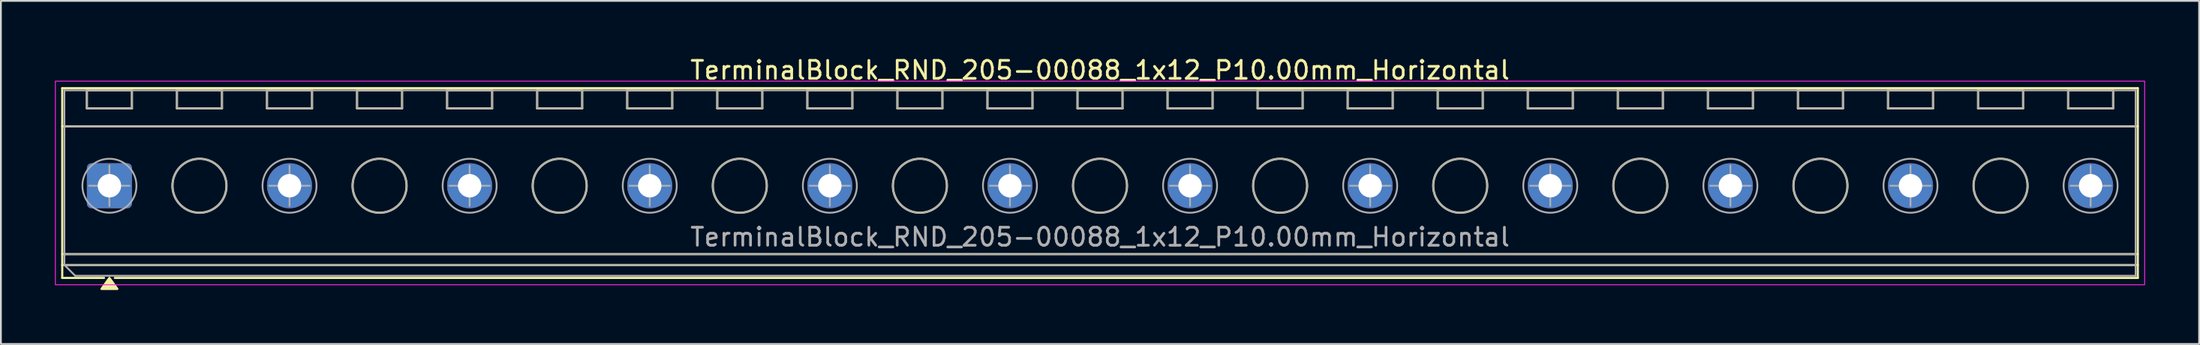
<source format=kicad_pcb>
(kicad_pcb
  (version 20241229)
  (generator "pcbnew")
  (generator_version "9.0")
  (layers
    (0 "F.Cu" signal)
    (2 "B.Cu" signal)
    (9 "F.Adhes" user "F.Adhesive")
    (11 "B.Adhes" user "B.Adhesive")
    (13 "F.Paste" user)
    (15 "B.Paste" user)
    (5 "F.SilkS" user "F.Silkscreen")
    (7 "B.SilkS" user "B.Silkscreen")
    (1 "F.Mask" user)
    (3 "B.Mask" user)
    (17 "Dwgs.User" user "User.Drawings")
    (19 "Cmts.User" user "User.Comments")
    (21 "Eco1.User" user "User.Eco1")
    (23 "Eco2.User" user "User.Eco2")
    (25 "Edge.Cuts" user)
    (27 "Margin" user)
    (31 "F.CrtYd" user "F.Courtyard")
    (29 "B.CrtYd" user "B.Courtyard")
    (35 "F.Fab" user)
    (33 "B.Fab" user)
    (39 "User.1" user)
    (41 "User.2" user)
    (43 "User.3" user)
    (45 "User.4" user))
  (footprint "TerminalBlock_RND_205-00088_1x12_P10.00mm_Horizontal"
    (layer "F.Cu")
    (at 3.025 7.268)
    (property "Reference" "TerminalBlock_RND_205-00088_1x12_P10.00mm_Horizontal" (at 55 -6.42 0) (layer "F.SilkS") (effects (font (size 1 1) (thickness 0.15))))
    (attr through_hole)
    (fp_line (start -2.62 -5.42) (end 112.62 -5.42) (stroke (width 0.12) (type solid)) (layer "F.SilkS"))
    (fp_line (start -2.62 -3.3) (end 112.62 -3.3) (stroke (width 0.12) (type solid)) (layer "F.SilkS"))
    (fp_line (start -2.62 3.8) (end 112.62 3.8) (stroke (width 0.12) (type solid)) (layer "F.SilkS"))
    (fp_line (start -2.62 4.4) (end 112.62 4.4) (stroke (width 0.12) (type solid)) (layer "F.SilkS"))
    (fp_line (start -2.62 5.12) (end -2.62 -5.42) (stroke (width 0.12) (type solid)) (layer "F.SilkS"))
    (fp_line (start -1.25 -5.3) (end 1.25 -5.3) (stroke (width 0.12) (type solid)) (layer "F.SilkS"))
    (fp_line (start -1.25 -4.3) (end -1.25 -5.3) (stroke (width 0.12) (type solid)) (layer "F.SilkS"))
    (fp_line (start -0.3 5.12) (end -2.62 5.12) (stroke (width 0.12) (type solid)) (layer "F.SilkS"))
    (fp_line (start 1.25 -5.3) (end 1.25 -4.3) (stroke (width 0.12) (type solid)) (layer "F.SilkS"))
    (fp_line (start 1.25 -4.3) (end -1.25 -4.3) (stroke (width 0.12) (type solid)) (layer "F.SilkS"))
    (fp_line (start 3.75 -5.3) (end 6.25 -5.3) (stroke (width 0.12) (type solid)) (layer "F.SilkS"))
    (fp_line (start 3.75 -4.3) (end 3.75 -5.3) (stroke (width 0.12) (type solid)) (layer "F.SilkS"))
    (fp_line (start 6.25 -5.3) (end 6.25 -4.3) (stroke (width 0.12) (type solid)) (layer "F.SilkS"))
    (fp_line (start 6.25 -4.3) (end 3.75 -4.3) (stroke (width 0.12) (type solid)) (layer "F.SilkS"))
    (fp_line (start 8.75 -5.3) (end 11.25 -5.3) (stroke (width 0.12) (type solid)) (layer "F.SilkS"))
    (fp_line (start 8.75 -4.3) (end 8.75 -5.3) (stroke (width 0.12) (type solid)) (layer "F.SilkS"))
    (fp_line (start 11.25 -5.3) (end 11.25 -4.3) (stroke (width 0.12) (type solid)) (layer "F.SilkS"))
    (fp_line (start 11.25 -4.3) (end 8.75 -4.3) (stroke (width 0.12) (type solid)) (layer "F.SilkS"))
    (fp_line (start 13.75 -5.3) (end 16.25 -5.3) (stroke (width 0.12) (type solid)) (layer "F.SilkS"))
    (fp_line (start 13.75 -4.3) (end 13.75 -5.3) (stroke (width 0.12) (type solid)) (layer "F.SilkS"))
    (fp_line (start 16.25 -5.3) (end 16.25 -4.3) (stroke (width 0.12) (type solid)) (layer "F.SilkS"))
    (fp_line (start 16.25 -4.3) (end 13.75 -4.3) (stroke (width 0.12) (type solid)) (layer "F.SilkS"))
    (fp_line (start 18.75 -5.3) (end 21.25 -5.3) (stroke (width 0.12) (type solid)) (layer "F.SilkS"))
    (fp_line (start 18.75 -4.3) (end 18.75 -5.3) (stroke (width 0.12) (type solid)) (layer "F.SilkS"))
    (fp_line (start 21.25 -5.3) (end 21.25 -4.3) (stroke (width 0.12) (type solid)) (layer "F.SilkS"))
    (fp_line (start 21.25 -4.3) (end 18.75 -4.3) (stroke (width 0.12) (type solid)) (layer "F.SilkS"))
    (fp_line (start 23.75 -5.3) (end 26.25 -5.3) (stroke (width 0.12) (type solid)) (layer "F.SilkS"))
    (fp_line (start 23.75 -4.3) (end 23.75 -5.3) (stroke (width 0.12) (type solid)) (layer "F.SilkS"))
    (fp_line (start 26.25 -5.3) (end 26.25 -4.3) (stroke (width 0.12) (type solid)) (layer "F.SilkS"))
    (fp_line (start 26.25 -4.3) (end 23.75 -4.3) (stroke (width 0.12) (type solid)) (layer "F.SilkS"))
    (fp_line (start 28.75 -5.3) (end 31.25 -5.3) (stroke (width 0.12) (type solid)) (layer "F.SilkS"))
    (fp_line (start 28.75 -4.3) (end 28.75 -5.3) (stroke (width 0.12) (type solid)) (layer "F.SilkS"))
    (fp_line (start 31.25 -5.3) (end 31.25 -4.3) (stroke (width 0.12) (type solid)) (layer "F.SilkS"))
    (fp_line (start 31.25 -4.3) (end 28.75 -4.3) (stroke (width 0.12) (type solid)) (layer "F.SilkS"))
    (fp_line (start 33.75 -5.3) (end 36.25 -5.3) (stroke (width 0.12) (type solid)) (layer "F.SilkS"))
    (fp_line (start 33.75 -4.3) (end 33.75 -5.3) (stroke (width 0.12) (type solid)) (layer "F.SilkS"))
    (fp_line (start 36.25 -5.3) (end 36.25 -4.3) (stroke (width 0.12) (type solid)) (layer "F.SilkS"))
    (fp_line (start 36.25 -4.3) (end 33.75 -4.3) (stroke (width 0.12) (type solid)) (layer "F.SilkS"))
    (fp_line (start 38.75 -5.3) (end 41.25 -5.3) (stroke (width 0.12) (type solid)) (layer "F.SilkS"))
    (fp_line (start 38.75 -4.3) (end 38.75 -5.3) (stroke (width 0.12) (type solid)) (layer "F.SilkS"))
    (fp_line (start 41.25 -5.3) (end 41.25 -4.3) (stroke (width 0.12) (type solid)) (layer "F.SilkS"))
    (fp_line (start 41.25 -4.3) (end 38.75 -4.3) (stroke (width 0.12) (type solid)) (layer "F.SilkS"))
    (fp_line (start 43.75 -5.3) (end 46.25 -5.3) (stroke (width 0.12) (type solid)) (layer "F.SilkS"))
    (fp_line (start 43.75 -4.3) (end 43.75 -5.3) (stroke (width 0.12) (type solid)) (layer "F.SilkS"))
    (fp_line (start 46.25 -5.3) (end 46.25 -4.3) (stroke (width 0.12) (type solid)) (layer "F.SilkS"))
    (fp_line (start 46.25 -4.3) (end 43.75 -4.3) (stroke (width 0.12) (type solid)) (layer "F.SilkS"))
    (fp_line (start 48.75 -5.3) (end 51.25 -5.3) (stroke (width 0.12) (type solid)) (layer "F.SilkS"))
    (fp_line (start 48.75 -4.3) (end 48.75 -5.3) (stroke (width 0.12) (type solid)) (layer "F.SilkS"))
    (fp_line (start 51.25 -5.3) (end 51.25 -4.3) (stroke (width 0.12) (type solid)) (layer "F.SilkS"))
    (fp_line (start 51.25 -4.3) (end 48.75 -4.3) (stroke (width 0.12) (type solid)) (layer "F.SilkS"))
    (fp_line (start 53.75 -5.3) (end 56.25 -5.3) (stroke (width 0.12) (type solid)) (layer "F.SilkS"))
    (fp_line (start 53.75 -4.3) (end 53.75 -5.3) (stroke (width 0.12) (type solid)) (layer "F.SilkS"))
    (fp_line (start 56.25 -5.3) (end 56.25 -4.3) (stroke (width 0.12) (type solid)) (layer "F.SilkS"))
    (fp_line (start 56.25 -4.3) (end 53.75 -4.3) (stroke (width 0.12) (type solid)) (layer "F.SilkS"))
    (fp_line (start 58.75 -5.3) (end 61.25 -5.3) (stroke (width 0.12) (type solid)) (layer "F.SilkS"))
    (fp_line (start 58.75 -4.3) (end 58.75 -5.3) (stroke (width 0.12) (type solid)) (layer "F.SilkS"))
    (fp_line (start 61.25 -5.3) (end 61.25 -4.3) (stroke (width 0.12) (type solid)) (layer "F.SilkS"))
    (fp_line (start 61.25 -4.3) (end 58.75 -4.3) (stroke (width 0.12) (type solid)) (layer "F.SilkS"))
    (fp_line (start 63.75 -5.3) (end 66.25 -5.3) (stroke (width 0.12) (type solid)) (layer "F.SilkS"))
    (fp_line (start 63.75 -4.3) (end 63.75 -5.3) (stroke (width 0.12) (type solid)) (layer "F.SilkS"))
    (fp_line (start 66.25 -5.3) (end 66.25 -4.3) (stroke (width 0.12) (type solid)) (layer "F.SilkS"))
    (fp_line (start 66.25 -4.3) (end 63.75 -4.3) (stroke (width 0.12) (type solid)) (layer "F.SilkS"))
    (fp_line (start 68.75 -5.3) (end 71.25 -5.3) (stroke (width 0.12) (type solid)) (layer "F.SilkS"))
    (fp_line (start 68.75 -4.3) (end 68.75 -5.3) (stroke (width 0.12) (type solid)) (layer "F.SilkS"))
    (fp_line (start 71.25 -5.3) (end 71.25 -4.3) (stroke (width 0.12) (type solid)) (layer "F.SilkS"))
    (fp_line (start 71.25 -4.3) (end 68.75 -4.3) (stroke (width 0.12) (type solid)) (layer "F.SilkS"))
    (fp_line (start 73.75 -5.3) (end 76.25 -5.3) (stroke (width 0.12) (type solid)) (layer "F.SilkS"))
    (fp_line (start 73.75 -4.3) (end 73.75 -5.3) (stroke (width 0.12) (type solid)) (layer "F.SilkS"))
    (fp_line (start 76.25 -5.3) (end 76.25 -4.3) (stroke (width 0.12) (type solid)) (layer "F.SilkS"))
    (fp_line (start 76.25 -4.3) (end 73.75 -4.3) (stroke (width 0.12) (type solid)) (layer "F.SilkS"))
    (fp_line (start 78.75 -5.3) (end 81.25 -5.3) (stroke (width 0.12) (type solid)) (layer "F.SilkS"))
    (fp_line (start 78.75 -4.3) (end 78.75 -5.3) (stroke (width 0.12) (type solid)) (layer "F.SilkS"))
    (fp_line (start 81.25 -5.3) (end 81.25 -4.3) (stroke (width 0.12) (type solid)) (layer "F.SilkS"))
    (fp_line (start 81.25 -4.3) (end 78.75 -4.3) (stroke (width 0.12) (type solid)) (layer "F.SilkS"))
    (fp_line (start 83.75 -5.3) (end 86.25 -5.3) (stroke (width 0.12) (type solid)) (layer "F.SilkS"))
    (fp_line (start 83.75 -4.3) (end 83.75 -5.3) (stroke (width 0.12) (type solid)) (layer "F.SilkS"))
    (fp_line (start 86.25 -5.3) (end 86.25 -4.3) (stroke (width 0.12) (type solid)) (layer "F.SilkS"))
    (fp_line (start 86.25 -4.3) (end 83.75 -4.3) (stroke (width 0.12) (type solid)) (layer "F.SilkS"))
    (fp_line (start 88.75 -5.3) (end 91.25 -5.3) (stroke (width 0.12) (type solid)) (layer "F.SilkS"))
    (fp_line (start 88.75 -4.3) (end 88.75 -5.3) (stroke (width 0.12) (type solid)) (layer "F.SilkS"))
    (fp_line (start 91.25 -5.3) (end 91.25 -4.3) (stroke (width 0.12) (type solid)) (layer "F.SilkS"))
    (fp_line (start 91.25 -4.3) (end 88.75 -4.3) (stroke (width 0.12) (type solid)) (layer "F.SilkS"))
    (fp_line (start 93.75 -5.3) (end 96.25 -5.3) (stroke (width 0.12) (type solid)) (layer "F.SilkS"))
    (fp_line (start 93.75 -4.3) (end 93.75 -5.3) (stroke (width 0.12) (type solid)) (layer "F.SilkS"))
    (fp_line (start 96.25 -5.3) (end 96.25 -4.3) (stroke (width 0.12) (type solid)) (layer "F.SilkS"))
    (fp_line (start 96.25 -4.3) (end 93.75 -4.3) (stroke (width 0.12) (type solid)) (layer "F.SilkS"))
    (fp_line (start 98.75 -5.3) (end 101.25 -5.3) (stroke (width 0.12) (type solid)) (layer "F.SilkS"))
    (fp_line (start 98.75 -4.3) (end 98.75 -5.3) (stroke (width 0.12) (type solid)) (layer "F.SilkS"))
    (fp_line (start 101.25 -5.3) (end 101.25 -4.3) (stroke (width 0.12) (type solid)) (layer "F.SilkS"))
    (fp_line (start 101.25 -4.3) (end 98.75 -4.3) (stroke (width 0.12) (type solid)) (layer "F.SilkS"))
    (fp_line (start 103.75 -5.3) (end 106.25 -5.3) (stroke (width 0.12) (type solid)) (layer "F.SilkS"))
    (fp_line (start 103.75 -4.3) (end 103.75 -5.3) (stroke (width 0.12) (type solid)) (layer "F.SilkS"))
    (fp_line (start 106.25 -5.3) (end 106.25 -4.3) (stroke (width 0.12) (type solid)) (layer "F.SilkS"))
    (fp_line (start 106.25 -4.3) (end 103.75 -4.3) (stroke (width 0.12) (type solid)) (layer "F.SilkS"))
    (fp_line (start 108.75 -5.3) (end 111.25 -5.3) (stroke (width 0.12) (type solid)) (layer "F.SilkS"))
    (fp_line (start 108.75 -4.3) (end 108.75 -5.3) (stroke (width 0.12) (type solid)) (layer "F.SilkS"))
    (fp_line (start 111.25 -5.3) (end 111.25 -4.3) (stroke (width 0.12) (type solid)) (layer "F.SilkS"))
    (fp_line (start 111.25 -4.3) (end 108.75 -4.3) (stroke (width 0.12) (type solid)) (layer "F.SilkS"))
    (fp_line (start 112.62 -5.42) (end 112.62 5.12) (stroke (width 0.12) (type solid)) (layer "F.SilkS"))
    (fp_line (start 112.62 5.12) (end 0.3 5.12) (stroke (width 0.12) (type solid)) (layer "F.SilkS"))
    (fp_circle (center 5 0) (end 6.5 0) (stroke (width 0.12) (type solid)) (fill no) (layer "F.SilkS"))
    (fp_circle (center 15 0) (end 16.5 0) (stroke (width 0.12) (type solid)) (fill no) (layer "F.SilkS"))
    (fp_circle (center 25 0) (end 26.5 0) (stroke (width 0.12) (type solid)) (fill no) (layer "F.SilkS"))
    (fp_circle (center 35 0) (end 36.5 0) (stroke (width 0.12) (type solid)) (fill no) (layer "F.SilkS"))
    (fp_circle (center 45 0) (end 46.5 0) (stroke (width 0.12) (type solid)) (fill no) (layer "F.SilkS"))
    (fp_circle (center 55 0) (end 56.5 0) (stroke (width 0.12) (type solid)) (fill no) (layer "F.SilkS"))
    (fp_circle (center 65 0) (end 66.5 0) (stroke (width 0.12) (type solid)) (fill no) (layer "F.SilkS"))
    (fp_circle (center 75 0) (end 76.5 0) (stroke (width 0.12) (type solid)) (fill no) (layer "F.SilkS"))
    (fp_circle (center 85 0) (end 86.5 0) (stroke (width 0.12) (type solid)) (fill no) (layer "F.SilkS"))
    (fp_circle (center 95 0) (end 96.5 0) (stroke (width 0.12) (type solid)) (fill no) (layer "F.SilkS"))
    (fp_circle (center 105 0) (end 106.5 0) (stroke (width 0.12) (type solid)) (fill no) (layer "F.SilkS"))
    (fp_poly (pts (xy 0 5.12) (xy 0.44 5.73) (xy -0.44 5.73)) (stroke (width 0.12) (type solid)) (fill yes) (layer "F.SilkS"))
    (fp_rect (start -3 -5.81) (end 113 5.5) (stroke (width 0.05) (type solid)) (fill no) (layer "F.CrtYd"))
    (fp_line (start -2.5 -5.3) (end 112.5 -5.3) (stroke (width 0.1) (type solid)) (layer "F.Fab"))
    (fp_line (start -2.5 -3.3) (end 112.5 -3.3) (stroke (width 0.1) (type solid)) (layer "F.Fab"))
    (fp_line (start -2.5 3.8) (end 112.5 3.8) (stroke (width 0.1) (type solid)) (layer "F.Fab"))
    (fp_line (start -2.5 4.4) (end -2.5 -5.3) (stroke (width 0.1) (type solid)) (layer "F.Fab"))
    (fp_line (start -2.5 4.4) (end 112.5 4.4) (stroke (width 0.1) (type solid)) (layer "F.Fab"))
    (fp_line (start -1.9 5) (end -2.5 4.4) (stroke (width 0.1) (type solid)) (layer "F.Fab"))
    (fp_line (start -1.125 0) (end 1.125 0) (stroke (width 0.1) (type solid)) (layer "F.Fab"))
    (fp_line (start 0 -1.125) (end 0 1.125) (stroke (width 0.1) (type solid)) (layer "F.Fab"))
    (fp_line (start 8.875 0) (end 11.125 0) (stroke (width 0.1) (type solid)) (layer "F.Fab"))
    (fp_line (start 10 -1.125) (end 10 1.125) (stroke (width 0.1) (type solid)) (layer "F.Fab"))
    (fp_line (start 18.875 0) (end 21.125 0) (stroke (width 0.1) (type solid)) (layer "F.Fab"))
    (fp_line (start 20 -1.125) (end 20 1.125) (stroke (width 0.1) (type solid)) (layer "F.Fab"))
    (fp_line (start 28.875 0) (end 31.125 0) (stroke (width 0.1) (type solid)) (layer "F.Fab"))
    (fp_line (start 30 -1.125) (end 30 1.125) (stroke (width 0.1) (type solid)) (layer "F.Fab"))
    (fp_line (start 38.875 0) (end 41.125 0) (stroke (width 0.1) (type solid)) (layer "F.Fab"))
    (fp_line (start 40 -1.125) (end 40 1.125) (stroke (width 0.1) (type solid)) (layer "F.Fab"))
    (fp_line (start 48.875 0) (end 51.125 0) (stroke (width 0.1) (type solid)) (layer "F.Fab"))
    (fp_line (start 50 -1.125) (end 50 1.125) (stroke (width 0.1) (type solid)) (layer "F.Fab"))
    (fp_line (start 58.875 0) (end 61.125 0) (stroke (width 0.1) (type solid)) (layer "F.Fab"))
    (fp_line (start 60 -1.125) (end 60 1.125) (stroke (width 0.1) (type solid)) (layer "F.Fab"))
    (fp_line (start 68.875 0) (end 71.125 0) (stroke (width 0.1) (type solid)) (layer "F.Fab"))
    (fp_line (start 70 -1.125) (end 70 1.125) (stroke (width 0.1) (type solid)) (layer "F.Fab"))
    (fp_line (start 78.875 0) (end 81.125 0) (stroke (width 0.1) (type solid)) (layer "F.Fab"))
    (fp_line (start 80 -1.125) (end 80 1.125) (stroke (width 0.1) (type solid)) (layer "F.Fab"))
    (fp_line (start 88.875 0) (end 91.125 0) (stroke (width 0.1) (type solid)) (layer "F.Fab"))
    (fp_line (start 90 -1.125) (end 90 1.125) (stroke (width 0.1) (type solid)) (layer "F.Fab"))
    (fp_line (start 98.875 0) (end 101.125 0) (stroke (width 0.1) (type solid)) (layer "F.Fab"))
    (fp_line (start 100 -1.125) (end 100 1.125) (stroke (width 0.1) (type solid)) (layer "F.Fab"))
    (fp_line (start 108.875 0) (end 111.125 0) (stroke (width 0.1) (type solid)) (layer "F.Fab"))
    (fp_line (start 110 -1.125) (end 110 1.125) (stroke (width 0.1) (type solid)) (layer "F.Fab"))
    (fp_line (start 112.5 -5.3) (end 112.5 5) (stroke (width 0.1) (type solid)) (layer "F.Fab"))
    (fp_line (start 112.5 5) (end -1.9 5) (stroke (width 0.1) (type solid)) (layer "F.Fab"))
    (fp_rect (start -1.25 -5.3) (end 1.25 -4.3) (stroke (width 0.1) (type solid)) (fill no) (layer "F.Fab"))
    (fp_rect (start 3.75 -5.3) (end 6.25 -4.3) (stroke (width 0.1) (type solid)) (fill no) (layer "F.Fab"))
    (fp_rect (start 8.75 -5.3) (end 11.25 -4.3) (stroke (width 0.1) (type solid)) (fill no) (layer "F.Fab"))
    (fp_rect (start 13.75 -5.3) (end 16.25 -4.3) (stroke (width 0.1) (type solid)) (fill no) (layer "F.Fab"))
    (fp_rect (start 18.75 -5.3) (end 21.25 -4.3) (stroke (width 0.1) (type solid)) (fill no) (layer "F.Fab"))
    (fp_rect (start 23.75 -5.3) (end 26.25 -4.3) (stroke (width 0.1) (type solid)) (fill no) (layer "F.Fab"))
    (fp_rect (start 28.75 -5.3) (end 31.25 -4.3) (stroke (width 0.1) (type solid)) (fill no) (layer "F.Fab"))
    (fp_rect (start 33.75 -5.3) (end 36.25 -4.3) (stroke (width 0.1) (type solid)) (fill no) (layer "F.Fab"))
    (fp_rect (start 38.75 -5.3) (end 41.25 -4.3) (stroke (width 0.1) (type solid)) (fill no) (layer "F.Fab"))
    (fp_rect (start 43.75 -5.3) (end 46.25 -4.3) (stroke (width 0.1) (type solid)) (fill no) (layer "F.Fab"))
    (fp_rect (start 48.75 -5.3) (end 51.25 -4.3) (stroke (width 0.1) (type solid)) (fill no) (layer "F.Fab"))
    (fp_rect (start 53.75 -5.3) (end 56.25 -4.3) (stroke (width 0.1) (type solid)) (fill no) (layer "F.Fab"))
    (fp_rect (start 58.75 -5.3) (end 61.25 -4.3) (stroke (width 0.1) (type solid)) (fill no) (layer "F.Fab"))
    (fp_rect (start 63.75 -5.3) (end 66.25 -4.3) (stroke (width 0.1) (type solid)) (fill no) (layer "F.Fab"))
    (fp_rect (start 68.75 -5.3) (end 71.25 -4.3) (stroke (width 0.1) (type solid)) (fill no) (layer "F.Fab"))
    (fp_rect (start 73.75 -5.3) (end 76.25 -4.3) (stroke (width 0.1) (type solid)) (fill no) (layer "F.Fab"))
    (fp_rect (start 78.75 -5.3) (end 81.25 -4.3) (stroke (width 0.1) (type solid)) (fill no) (layer "F.Fab"))
    (fp_rect (start 83.75 -5.3) (end 86.25 -4.3) (stroke (width 0.1) (type solid)) (fill no) (layer "F.Fab"))
    (fp_rect (start 88.75 -5.3) (end 91.25 -4.3) (stroke (width 0.1) (type solid)) (fill no) (layer "F.Fab"))
    (fp_rect (start 93.75 -5.3) (end 96.25 -4.3) (stroke (width 0.1) (type solid)) (fill no) (layer "F.Fab"))
    (fp_rect (start 98.75 -5.3) (end 101.25 -4.3) (stroke (width 0.1) (type solid)) (fill no) (layer "F.Fab"))
    (fp_rect (start 103.75 -5.3) (end 106.25 -4.3) (stroke (width 0.1) (type solid)) (fill no) (layer "F.Fab"))
    (fp_rect (start 108.75 -5.3) (end 111.25 -4.3) (stroke (width 0.1) (type solid)) (fill no) (layer "F.Fab"))
    (fp_circle (center 0 0) (end 1.5 0) (stroke (width 0.1) (type solid)) (fill no) (layer "F.Fab"))
    (fp_circle (center 5 0) (end 6.5 0) (stroke (width 0.1) (type solid)) (fill no) (layer "F.Fab"))
    (fp_circle (center 10 0) (end 11.5 0) (stroke (width 0.1) (type solid)) (fill no) (layer "F.Fab"))
    (fp_circle (center 15 0) (end 16.5 0) (stroke (width 0.1) (type solid)) (fill no) (layer "F.Fab"))
    (fp_circle (center 20 0) (end 21.5 0) (stroke (width 0.1) (type solid)) (fill no) (layer "F.Fab"))
    (fp_circle (center 25 0) (end 26.5 0) (stroke (width 0.1) (type solid)) (fill no) (layer "F.Fab"))
    (fp_circle (center 30 0) (end 31.5 0) (stroke (width 0.1) (type solid)) (fill no) (layer "F.Fab"))
    (fp_circle (center 35 0) (end 36.5 0) (stroke (width 0.1) (type solid)) (fill no) (layer "F.Fab"))
    (fp_circle (center 40 0) (end 41.5 0) (stroke (width 0.1) (type solid)) (fill no) (layer "F.Fab"))
    (fp_circle (center 45 0) (end 46.5 0) (stroke (width 0.1) (type solid)) (fill no) (layer "F.Fab"))
    (fp_circle (center 50 0) (end 51.5 0) (stroke (width 0.1) (type solid)) (fill no) (layer "F.Fab"))
    (fp_circle (center 55 0) (end 56.5 0) (stroke (width 0.1) (type solid)) (fill no) (layer "F.Fab"))
    (fp_circle (center 60 0) (end 61.5 0) (stroke (width 0.1) (type solid)) (fill no) (layer "F.Fab"))
    (fp_circle (center 65 0) (end 66.5 0) (stroke (width 0.1) (type solid)) (fill no) (layer "F.Fab"))
    (fp_circle (center 70 0) (end 71.5 0) (stroke (width 0.1) (type solid)) (fill no) (layer "F.Fab"))
    (fp_circle (center 75 0) (end 76.5 0) (stroke (width 0.1) (type solid)) (fill no) (layer "F.Fab"))
    (fp_circle (center 80 0) (end 81.5 0) (stroke (width 0.1) (type solid)) (fill no) (layer "F.Fab"))
    (fp_circle (center 85 0) (end 86.5 0) (stroke (width 0.1) (type solid)) (fill no) (layer "F.Fab"))
    (fp_circle (center 90 0) (end 91.5 0) (stroke (width 0.1) (type solid)) (fill no) (layer "F.Fab"))
    (fp_circle (center 95 0) (end 96.5 0) (stroke (width 0.1) (type solid)) (fill no) (layer "F.Fab"))
    (fp_circle (center 100 0) (end 101.5 0) (stroke (width 0.1) (type solid)) (fill no) (layer "F.Fab"))
    (fp_circle (center 105 0) (end 106.5 0) (stroke (width 0.1) (type solid)) (fill no) (layer "F.Fab"))
    (fp_circle (center 110 0) (end 111.5 0) (stroke (width 0.1) (type solid)) (fill no) (layer "F.Fab"))
    (fp_text user "${REFERENCE}" (at 55 2.85 0) (layer "F.Fab") (effects (font (size 1 1) (thickness 0.15))))
    (pad "1" thru_hole roundrect (at 0 0) (size 2.5 2.5) (drill 1.3) (layers "*.Cu" "*.Mask") (roundrect_rratio 0.1))
    (pad "2" thru_hole circle (at 10 0) (size 2.5 2.5) (drill 1.3) (layers "*.Cu" "*.Mask"))
    (pad "3" thru_hole circle (at 20 0) (size 2.5 2.5) (drill 1.3) (layers "*.Cu" "*.Mask"))
    (pad "4" thru_hole circle (at 30 0) (size 2.5 2.5) (drill 1.3) (layers "*.Cu" "*.Mask"))
    (pad "5" thru_hole circle (at 40 0) (size 2.5 2.5) (drill 1.3) (layers "*.Cu" "*.Mask"))
    (pad "6" thru_hole circle (at 50 0) (size 2.5 2.5) (drill 1.3) (layers "*.Cu" "*.Mask"))
    (pad "7" thru_hole circle (at 60 0) (size 2.5 2.5) (drill 1.3) (layers "*.Cu" "*.Mask"))
    (pad "8" thru_hole circle (at 70 0) (size 2.5 2.5) (drill 1.3) (layers "*.Cu" "*.Mask"))
    (pad "9" thru_hole circle (at 80 0) (size 2.5 2.5) (drill 1.3) (layers "*.Cu" "*.Mask"))
    (pad "10" thru_hole circle (at 90 0) (size 2.5 2.5) (drill 1.3) (layers "*.Cu" "*.Mask"))
    (pad "11" thru_hole circle (at 100 0) (size 2.5 2.5) (drill 1.3) (layers "*.Cu" "*.Mask"))
    (pad "12" thru_hole circle (at 110 0) (size 2.5 2.5) (drill 1.3) (layers "*.Cu" "*.Mask")))
  (gr_rect
    (start -3 -3)
    (end 119.05 16.058)
    (stroke (width 0.1) (type default))
    (fill no)
    (layer "Edge.Cuts")))
</source>
